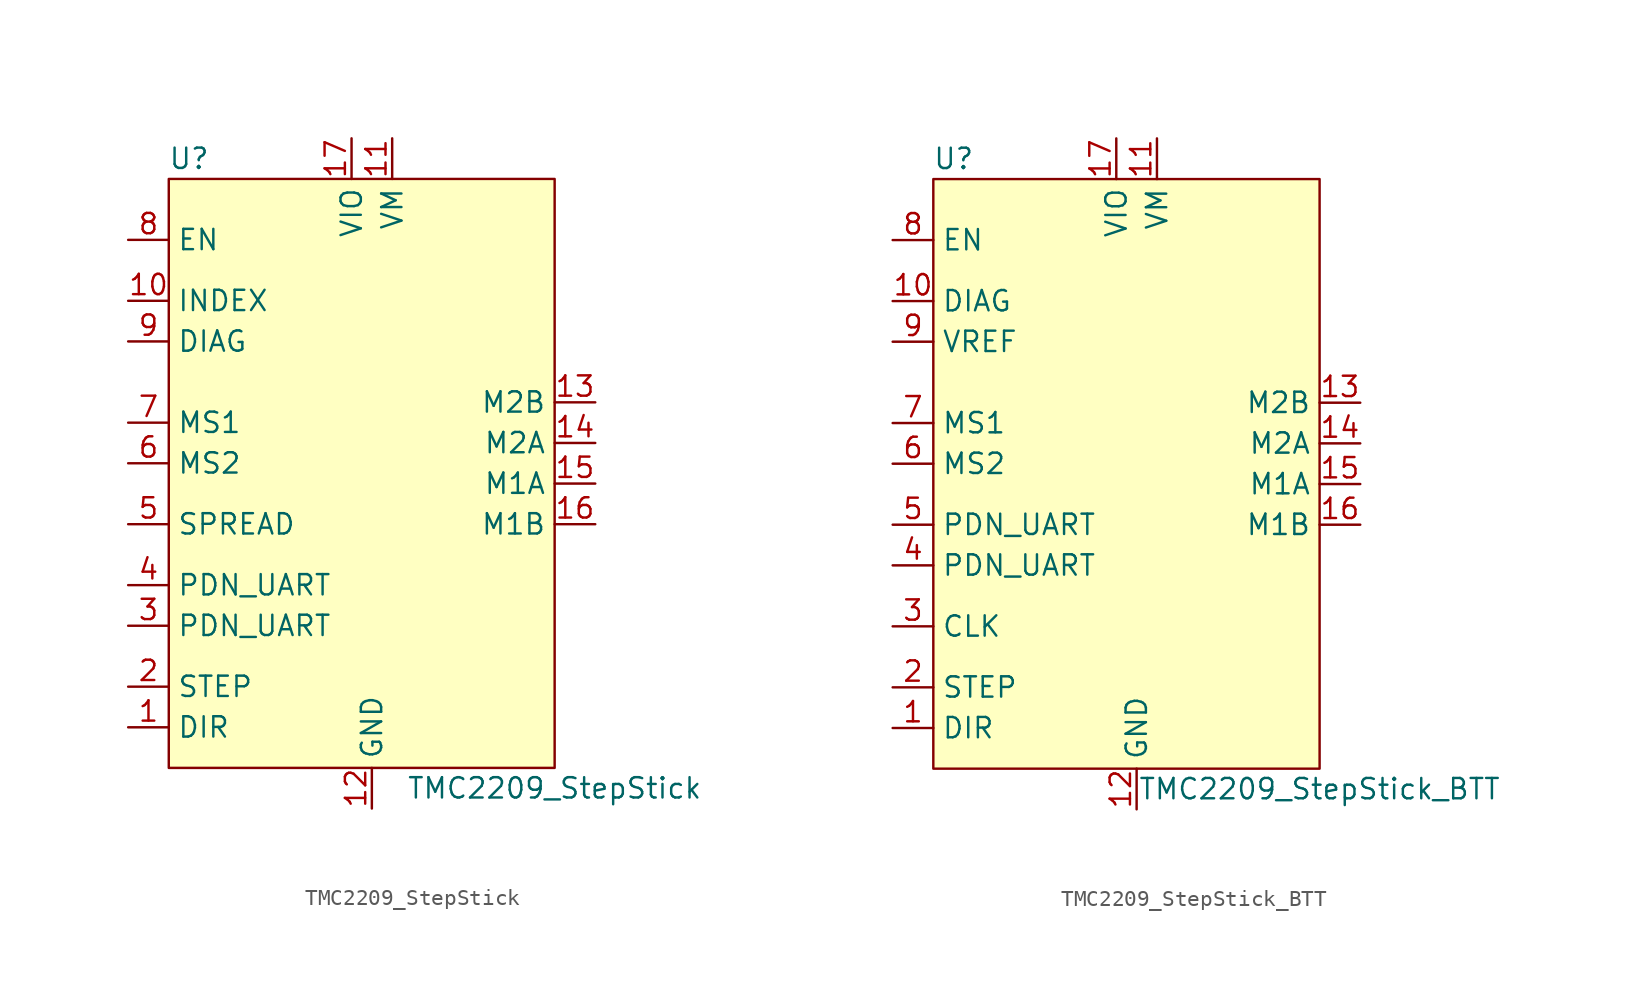
<source format=kicad_sym>
(kicad_symbol_lib
  (version 20211014)
  (generator kicad_symbol_editor)
  (symbol "TMC2209_StepStick"
    (property "Reference" "U"
      (at -11.43 29.21 0)
      (effects (font (size 1.27 1.27))))
    (property "Value" "TMC2209_StepStick"
      (at 11.43 -10.16 0)
      (effects (font (size 1.27 1.27))))
    (symbol "TMC2209_StepStick_0_1"
      (rectangle (start -12.7 27.94) (end 11.43 -8.89) (stroke (width 0.152) (type default) (color 0 0 0 0)) (fill (type background))))
    (symbol "TMC2209_StepStick_1_1"
      (pin output line (at -15.24 -6.35 0) (length 2.54) (name "DIR" (effects (font (size 1.27 1.27)))) (number "1" (effects (font (size 1.27 1.27)))))
      (pin output line (at -15.24 20.32 0) (length 2.54) (name "INDEX" (effects (font (size 1.27 1.27)))) (number "10" (effects (font (size 1.27 1.27)))))
      (pin output line (at 1.27 30.48 270) (length 2.54) (name "VM" (effects (font (size 1.27 1.27)))) (number "11" (effects (font (size 1.27 1.27)))))
      (pin output line (at 0 -11.43 90) (length 2.54) (name "GND" (effects (font (size 1.27 1.27)))) (number "12" (effects (font (size 1.27 1.27)))))
      (pin output line (at 13.97 13.97 180) (length 2.54) (name "M2B" (effects (font (size 1.27 1.27)))) (number "13" (effects (font (size 1.27 1.27)))))
      (pin output line (at 13.97 11.43 180) (length 2.54) (name "M2A" (effects (font (size 1.27 1.27)))) (number "14" (effects (font (size 1.27 1.27)))))
      (pin output line (at 13.97 8.89 180) (length 2.54) (name "M1A" (effects (font (size 1.27 1.27)))) (number "15" (effects (font (size 1.27 1.27)))))
      (pin output line (at 13.97 6.35 180) (length 2.54) (name "M1B" (effects (font (size 1.27 1.27)))) (number "16" (effects (font (size 1.27 1.27)))))
      (pin output line (at -1.27 30.48 270) (length 2.54) (name "VIO" (effects (font (size 1.27 1.27)))) (number "17" (effects (font (size 1.27 1.27)))))
      (pin output line (at 0 -11.43 90) (length 2.54) hide (name "GND" (effects (font (size 1.27 1.27)))) (number "18" (effects (font (size 1.27 1.27)))))
      (pin output line (at -15.24 -3.81 0) (length 2.54) (name "STEP" (effects (font (size 1.27 1.27)))) (number "2" (effects (font (size 1.27 1.27)))))
      (pin output line (at -15.24 0 0) (length 2.54) (name "PDN_UART" (effects (font (size 1.27 1.27)))) (number "3" (effects (font (size 1.27 1.27)))))
      (pin output line (at -15.24 2.54 0) (length 2.54) (name "PDN_UART" (effects (font (size 1.27 1.27)))) (number "4" (effects (font (size 1.27 1.27)))))
      (pin output line (at -15.24 6.35 0) (length 2.54) (name "SPREAD" (effects (font (size 1.27 1.27)))) (number "5" (effects (font (size 1.27 1.27)))))
      (pin output line (at -15.24 10.16 0) (length 2.54) (name "MS2" (effects (font (size 1.27 1.27)))) (number "6" (effects (font (size 1.27 1.27)))))
      (pin output line (at -15.24 12.7 0) (length 2.54) (name "MS1" (effects (font (size 1.27 1.27)))) (number "7" (effects (font (size 1.27 1.27)))))
      (pin output line (at -15.24 24.13 0) (length 2.54) (name "EN" (effects (font (size 1.27 1.27)))) (number "8" (effects (font (size 1.27 1.27)))))
      (pin output line (at -15.24 17.78 0) (length 2.54) (name "DIAG" (effects (font (size 1.27 1.27)))) (number "9" (effects (font (size 1.27 1.27)))))))
  (symbol "TMC2209_StepStick_BTT"
    (property "Reference" "U"
      (at -11.43 29.21 0)
      (effects (font (size 1.27 1.27))))
    (property "Value" "TMC2209_StepStick_BTT"
      (at 11.43 -10.16 0)
      (effects (font (size 1.27 1.27))))
    (symbol "TMC2209_StepStick_BTT_0_1"
      (rectangle (start -12.7 27.94) (end 11.43 -8.89) (stroke (width 0.152) (type default) (color 0 0 0 0)) (fill (type background))))
    (symbol "TMC2209_StepStick_BTT_1_1"
      (pin output line (at -15.24 -6.35 0) (length 2.54) (name "DIR" (effects (font (size 1.27 1.27)))) (number "1" (effects (font (size 1.27 1.27)))))
      (pin output line (at -15.24 20.32 0) (length 2.54) (name "DIAG" (effects (font (size 1.27 1.27)))) (number "10" (effects (font (size 1.27 1.27)))))
      (pin output line (at 1.27 30.48 270) (length 2.54) (name "VM" (effects (font (size 1.27 1.27)))) (number "11" (effects (font (size 1.27 1.27)))))
      (pin output line (at 0 -11.43 90) (length 2.54) (name "GND" (effects (font (size 1.27 1.27)))) (number "12" (effects (font (size 1.27 1.27)))))
      (pin output line (at 13.97 13.97 180) (length 2.54) (name "M2B" (effects (font (size 1.27 1.27)))) (number "13" (effects (font (size 1.27 1.27)))))
      (pin output line (at 13.97 11.43 180) (length 2.54) (name "M2A" (effects (font (size 1.27 1.27)))) (number "14" (effects (font (size 1.27 1.27)))))
      (pin output line (at 13.97 8.89 180) (length 2.54) (name "M1A" (effects (font (size 1.27 1.27)))) (number "15" (effects (font (size 1.27 1.27)))))
      (pin output line (at 13.97 6.35 180) (length 2.54) (name "M1B" (effects (font (size 1.27 1.27)))) (number "16" (effects (font (size 1.27 1.27)))))
      (pin output line (at -1.27 30.48 270) (length 2.54) (name "VIO" (effects (font (size 1.27 1.27)))) (number "17" (effects (font (size 1.27 1.27)))))
      (pin output line (at 0 -11.43 90) (length 2.54) hide (name "GND" (effects (font (size 1.27 1.27)))) (number "18" (effects (font (size 1.27 1.27)))))
      (pin output line (at -15.24 -3.81 0) (length 2.54) (name "STEP" (effects (font (size 1.27 1.27)))) (number "2" (effects (font (size 1.27 1.27)))))
      (pin output line (at -15.24 0 0) (length 2.54) (name "CLK" (effects (font (size 1.27 1.27)))) (number "3" (effects (font (size 1.27 1.27)))))
      (pin output line (at -15.24 3.81 0) (length 2.54) (name "PDN_UART" (effects (font (size 1.27 1.27)))) (number "4" (effects (font (size 1.27 1.27)))))
      (pin output line (at -15.24 6.35 0) (length 2.54) (name "PDN_UART" (effects (font (size 1.27 1.27)))) (number "5" (effects (font (size 1.27 1.27)))))
      (pin output line (at -15.24 10.16 0) (length 2.54) (name "MS2" (effects (font (size 1.27 1.27)))) (number "6" (effects (font (size 1.27 1.27)))))
      (pin output line (at -15.24 12.7 0) (length 2.54) (name "MS1" (effects (font (size 1.27 1.27)))) (number "7" (effects (font (size 1.27 1.27)))))
      (pin output line (at -15.24 24.13 0) (length 2.54) (name "EN" (effects (font (size 1.27 1.27)))) (number "8" (effects (font (size 1.27 1.27)))))
      (pin output line (at -15.24 17.78 0) (length 2.54) (name "VREF" (effects (font (size 1.27 1.27)))) (number "9" (effects (font (size 1.27 1.27))))))))
</source>
